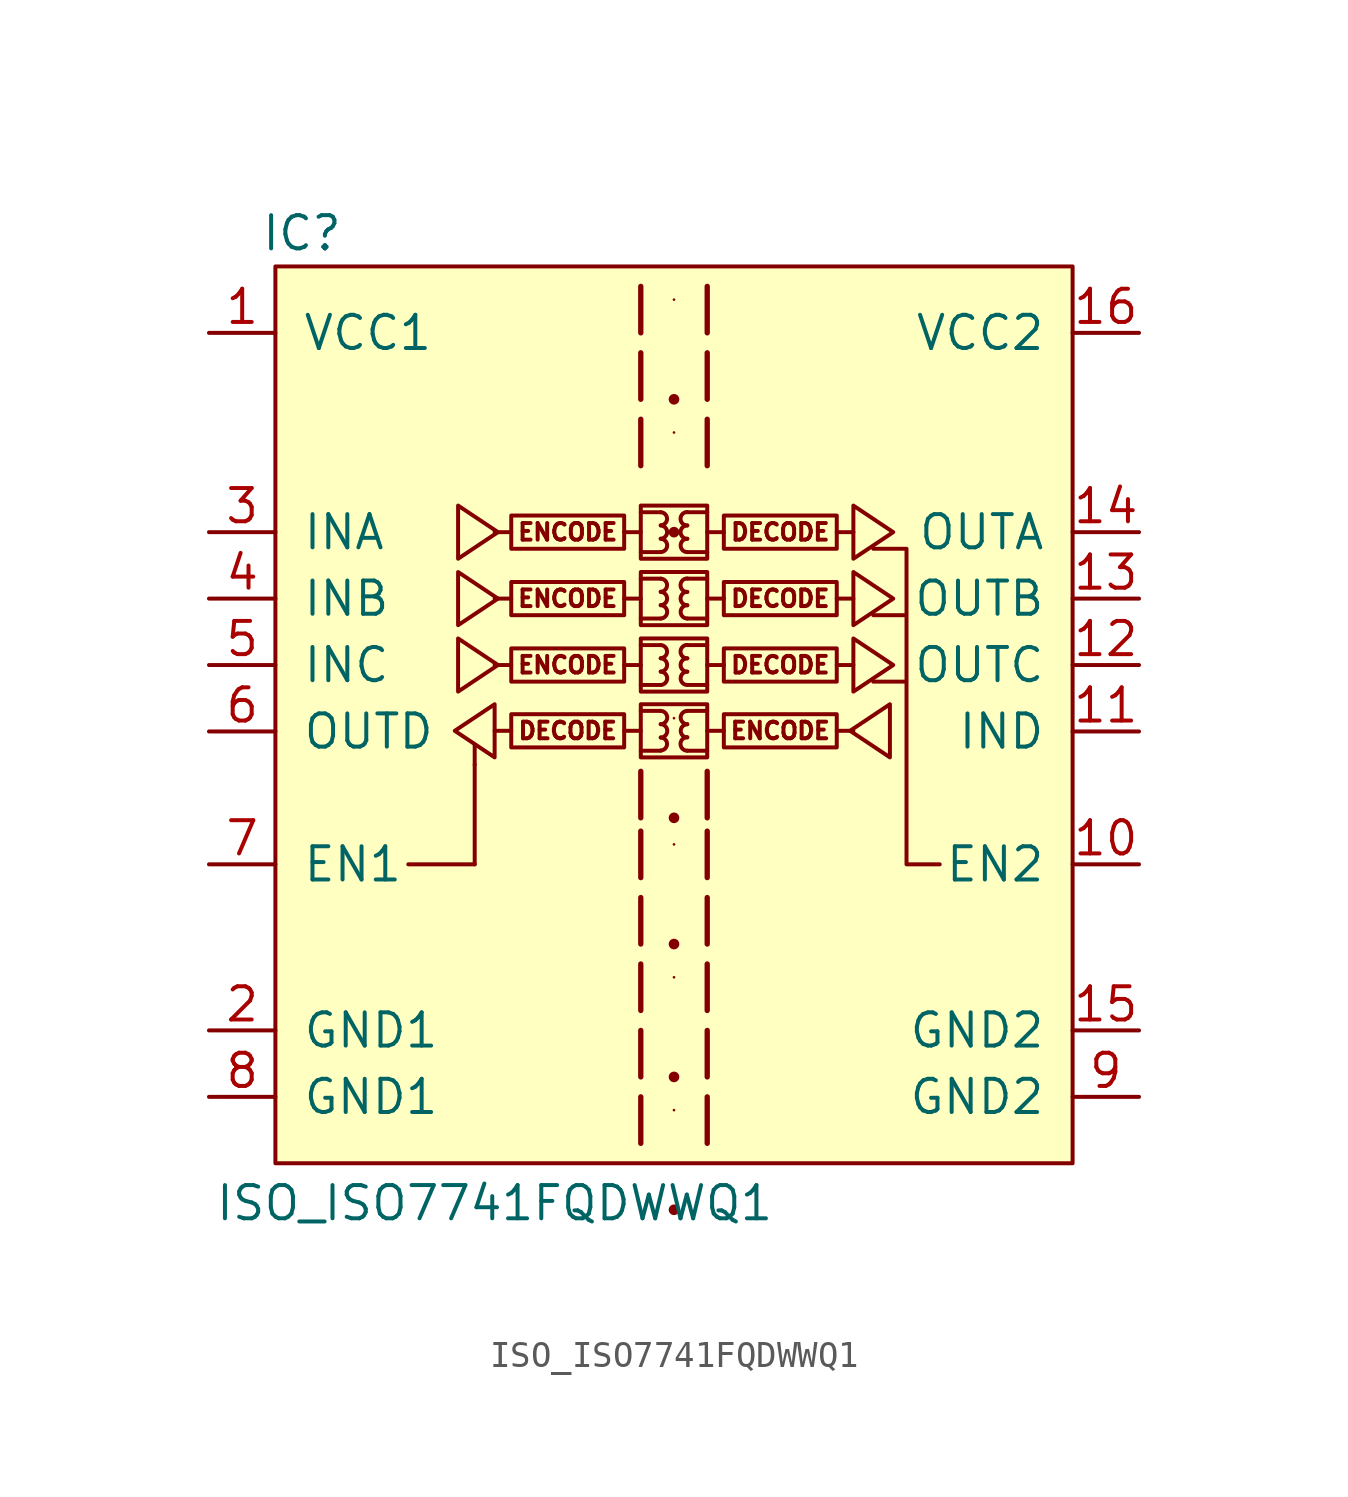
<source format=kicad_sym>
(kicad_symbol_lib
  (version 20220914)
  (generator kicad_symbol_editor)
  (symbol "ISO_ISO7741FQDWWQ1"
    (pin_names
      (offset 1.016))
    (property "Reference" "IC"
      (at -14.224 15.24 0)
      (effects (font (size 1.27 1.27))))
    (property "Value" "ISO_ISO7741FQDWWQ1"
      (at -6.858 -21.844 0)
      (effects (font (size 1.27 1.27))))
    (symbol "ISO_ISO7741FQDWWQ1_0_1"
      (rectangle (start -15.24 13.97) (end 15.24 -20.32) (stroke (width 0) (type default)) (fill (type background)))
      (rectangle (start -10.16 -8.89) (end -7.62 -8.89) (stroke (width 0) (type default)) (fill (type none)))
      (rectangle (start -7.62 -8.89) (end -7.62 -5.08) (stroke (width 0) (type default)) (fill (type none)))
      (rectangle (start -7.62 -5.08) (end -7.62 -4.318) (stroke (width 0) (type default)) (fill (type none)))
      (polyline (pts (xy 10.16 -8.89) (xy 8.89 -8.89) (xy 8.89 -1.905) (xy 7.62 -1.905) (xy 8.89 -1.905) (xy 8.89 0.635) (xy 7.62 0.635) (xy 8.89 0.635) (xy 8.89 3.175) (xy 7.62 3.175)) (stroke (width 0) (type default)) (fill (type none))))
    (symbol "ISO_ISO7741FQDWWQ1_1_1"
      (rectangle (start -1.905 -3.15) (end -6.223 -4.42) (stroke (width 0) (type default)) (fill (type none)))
      (rectangle (start -1.905 -0.635) (end -6.223 -1.905) (stroke (width 0) (type default)) (fill (type none)))
      (rectangle (start -1.905 1.905) (end -6.223 0.635) (stroke (width 0) (type default)) (fill (type none)))
      (rectangle (start -1.905 4.445) (end -6.223 3.175) (stroke (width 0) (type default)) (fill (type none)))
      (rectangle (start -1.27 -0.254) (end 1.27 -2.286) (stroke (width 0) (type default)) (fill (type none)))
      (rectangle (start -1.27 2.286) (end 1.27 0.254) (stroke (width 0) (type default)) (fill (type none)))
      (rectangle (start -1.27 4.826) (end 1.27 2.794) (stroke (width 0) (type default)) (fill (type none)))
      (arc (start -0.508 -4.5466) (mid -0.2551 -4.2926) (end -0.508 -4.0386) (stroke (width 0) (type default)) (fill (type none)))
      (arc (start -0.508 -4.0386) (mid -0.2551 -3.7846) (end -0.508 -3.5306) (stroke (width 0) (type default)) (fill (type none)))
      (arc (start -0.508 -3.5306) (mid -0.2551 -3.2766) (end -0.508 -3.0226) (stroke (width 0) (type default)) (fill (type none)))
      (arc (start -0.508 -2.032) (mid -0.2551 -1.778) (end -0.508 -1.524) (stroke (width 0) (type default)) (fill (type none)))
      (arc (start -0.508 -1.524) (mid -0.2551 -1.27) (end -0.508 -1.016) (stroke (width 0) (type default)) (fill (type none)))
      (arc (start -0.508 -1.016) (mid -0.2551 -0.762) (end -0.508 -0.508) (stroke (width 0) (type default)) (fill (type none)))
      (arc (start -0.508 0.508) (mid -0.2551 0.762) (end -0.508 1.016) (stroke (width 0) (type default)) (fill (type none)))
      (arc (start -0.508 1.016) (mid -0.2551 1.27) (end -0.508 1.524) (stroke (width 0) (type default)) (fill (type none)))
      (arc (start -0.508 1.524) (mid -0.2551 1.778) (end -0.508 2.032) (stroke (width 0) (type default)) (fill (type none)))
      (arc (start -0.508 3.048) (mid -0.2551 3.302) (end -0.508 3.556) (stroke (width 0) (type default)) (fill (type none)))
      (arc (start -0.508 3.556) (mid -0.2551 3.81) (end -0.508 4.064) (stroke (width 0) (type default)) (fill (type none)))
      (arc (start -0.508 4.064) (mid -0.2551 4.318) (end -0.508 4.572) (stroke (width 0) (type default)) (fill (type none)))
      (polyline (pts (xy -6.223 -3.785) (xy -6.858 -3.785)) (stroke (width 0) (type default)) (fill (type none)))
      (polyline (pts (xy -6.223 -1.27) (xy -6.858 -1.27)) (stroke (width 0) (type default)) (fill (type none)))
      (polyline (pts (xy -6.223 1.27) (xy -6.858 1.27)) (stroke (width 0) (type default)) (fill (type none)))
      (polyline (pts (xy -6.223 3.81) (xy -6.858 3.81)) (stroke (width 0) (type default)) (fill (type none)))
      (polyline (pts (xy -1.905 -3.785) (xy -1.27 -3.785)) (stroke (width 0) (type default)) (fill (type none)))
      (polyline (pts (xy -1.905 -1.27) (xy -1.27 -1.27)) (stroke (width 0) (type default)) (fill (type none)))
      (polyline (pts (xy -1.905 1.27) (xy -1.27 1.27)) (stroke (width 0) (type default)) (fill (type none)))
      (polyline (pts (xy -1.905 3.81) (xy -1.27 3.81)) (stroke (width 0) (type default)) (fill (type none)))
      (polyline (pts (xy -1.27 -4.547) (xy -0.508 -4.547)) (stroke (width 0) (type default)) (fill (type none)))
      (polyline (pts (xy -1.27 -3.023) (xy -0.508 -3.023)) (stroke (width 0) (type default)) (fill (type none)))
      (polyline (pts (xy -1.27 -2.032) (xy -0.508 -2.032)) (stroke (width 0) (type default)) (fill (type none)))
      (polyline (pts (xy -1.27 -0.508) (xy -0.508 -0.508)) (stroke (width 0) (type default)) (fill (type none)))
      (polyline (pts (xy -1.27 0.508) (xy -0.508 0.508)) (stroke (width 0) (type default)) (fill (type none)))
      (polyline (pts (xy -1.27 2.032) (xy -0.508 2.032)) (stroke (width 0) (type default)) (fill (type none)))
      (polyline (pts (xy -1.27 3.048) (xy -0.508 3.048)) (stroke (width 0) (type default)) (fill (type none)))
      (polyline (pts (xy -1.27 4.572) (xy -0.508 4.572)) (stroke (width 0) (type default)) (fill (type none)))
      (polyline (pts (xy 0 -22.098) (xy 0 -22.098)) (stroke (width 0.406) (type default)) (fill (type none)))
      (polyline (pts (xy 0 -18.288) (xy 0 -18.288)) (stroke (width 0.102) (type default)) (fill (type none)))
      (polyline (pts (xy 0 -17.018) (xy 0 -17.018)) (stroke (width 0.406) (type default)) (fill (type none)))
      (polyline (pts (xy 0 -13.208) (xy 0 -13.208)) (stroke (width 0.102) (type default)) (fill (type none)))
      (polyline (pts (xy 0 -11.938) (xy 0 -11.938)) (stroke (width 0.406) (type default)) (fill (type none)))
      (polyline (pts (xy 0 -8.128) (xy 0 -8.128)) (stroke (width 0.102) (type default)) (fill (type none)))
      (polyline (pts (xy 0 -7.112) (xy 0 -7.112)) (stroke (width 0.406) (type default)) (fill (type none)))
      (polyline (pts (xy 0 -3.302) (xy 0 -3.302)) (stroke (width 0.102) (type default)) (fill (type none)))
      (polyline (pts (xy 0 3.81) (xy 0 3.81)) (stroke (width 0.406) (type default)) (fill (type none)))
      (polyline (pts (xy 0 7.62) (xy 0 7.62)) (stroke (width 0.102) (type default)) (fill (type none)))
      (polyline (pts (xy 0 8.89) (xy 0 8.89)) (stroke (width 0.406) (type default)) (fill (type none)))
      (polyline (pts (xy 0 12.7) (xy 0 12.7)) (stroke (width 0.102) (type default)) (fill (type none)))
      (polyline (pts (xy 1.27 -4.547) (xy 0.508 -4.547)) (stroke (width 0) (type default)) (fill (type none)))
      (polyline (pts (xy 1.27 -3.023) (xy 0.508 -3.023)) (stroke (width 0) (type default)) (fill (type none)))
      (polyline (pts (xy 1.27 -2.032) (xy 0.508 -2.032)) (stroke (width 0) (type default)) (fill (type none)))
      (polyline (pts (xy 1.27 -0.508) (xy 0.508 -0.508)) (stroke (width 0) (type default)) (fill (type none)))
      (polyline (pts (xy 1.27 0.508) (xy 0.508 0.508)) (stroke (width 0) (type default)) (fill (type none)))
      (polyline (pts (xy 1.27 2.032) (xy 0.508 2.032)) (stroke (width 0) (type default)) (fill (type none)))
      (polyline (pts (xy 1.27 3.048) (xy 0.508 3.048)) (stroke (width 0) (type default)) (fill (type none)))
      (polyline (pts (xy 1.27 4.572) (xy 0.508 4.572)) (stroke (width 0) (type default)) (fill (type none)))
      (polyline (pts (xy 1.905 -3.785) (xy 1.27 -3.785)) (stroke (width 0) (type default)) (fill (type none)))
      (polyline (pts (xy 1.905 -1.27) (xy 1.27 -1.27)) (stroke (width 0) (type default)) (fill (type none)))
      (polyline (pts (xy 1.905 1.27) (xy 1.27 1.27)) (stroke (width 0) (type default)) (fill (type none)))
      (polyline (pts (xy 1.905 3.81) (xy 1.27 3.81)) (stroke (width 0) (type default)) (fill (type none)))
      (polyline (pts (xy 6.223 -3.785) (xy 6.858 -3.785)) (stroke (width 0) (type default)) (fill (type none)))
      (polyline (pts (xy 6.223 -1.27) (xy 6.858 -1.27)) (stroke (width 0) (type default)) (fill (type none)))
      (polyline (pts (xy 6.223 1.27) (xy 6.858 1.27)) (stroke (width 0) (type default)) (fill (type none)))
      (polyline (pts (xy 6.223 3.81) (xy 6.858 3.81)) (stroke (width 0) (type default)) (fill (type none)))
      (polyline (pts (xy -1.27 -17.78) (xy -1.27 -19.304) (xy -1.27 -19.558)) (stroke (width 0.203) (type default)) (fill (type none)))
      (polyline (pts (xy -1.27 -15.24) (xy -1.27 -16.764) (xy -1.27 -17.018)) (stroke (width 0.203) (type default)) (fill (type none)))
      (polyline (pts (xy -1.27 -12.7) (xy -1.27 -14.224) (xy -1.27 -14.478)) (stroke (width 0.203) (type default)) (fill (type none)))
      (polyline (pts (xy -1.27 -10.16) (xy -1.27 -11.684) (xy -1.27 -11.938)) (stroke (width 0.203) (type default)) (fill (type none)))
      (polyline (pts (xy -1.27 -7.62) (xy -1.27 -9.144) (xy -1.27 -9.398)) (stroke (width 0.203) (type default)) (fill (type none)))
      (polyline (pts (xy -1.27 -5.334) (xy -1.27 -6.858) (xy -1.27 -7.112)) (stroke (width 0.203) (type default)) (fill (type none)))
      (polyline (pts (xy -1.27 8.128) (xy -1.27 6.604) (xy -1.27 6.35)) (stroke (width 0.203) (type default)) (fill (type none)))
      (polyline (pts (xy -1.27 10.668) (xy -1.27 9.144) (xy -1.27 8.89)) (stroke (width 0.203) (type default)) (fill (type none)))
      (polyline (pts (xy -1.27 13.208) (xy -1.27 11.684) (xy -1.27 11.43)) (stroke (width 0.203) (type default)) (fill (type none)))
      (polyline (pts (xy 1.27 -17.78) (xy 1.27 -19.304) (xy 1.27 -19.558)) (stroke (width 0.203) (type default)) (fill (type none)))
      (polyline (pts (xy 1.27 -15.24) (xy 1.27 -16.764) (xy 1.27 -17.018)) (stroke (width 0.203) (type default)) (fill (type none)))
      (polyline (pts (xy 1.27 -12.7) (xy 1.27 -14.224) (xy 1.27 -14.478)) (stroke (width 0.203) (type default)) (fill (type none)))
      (polyline (pts (xy 1.27 -10.16) (xy 1.27 -11.684) (xy 1.27 -11.938)) (stroke (width 0.203) (type default)) (fill (type none)))
      (polyline (pts (xy 1.27 -7.62) (xy 1.27 -9.144) (xy 1.27 -9.398)) (stroke (width 0.203) (type default)) (fill (type none)))
      (polyline (pts (xy 1.27 -5.334) (xy 1.27 -6.858) (xy 1.27 -7.112)) (stroke (width 0.203) (type default)) (fill (type none)))
      (polyline (pts (xy 1.27 8.128) (xy 1.27 6.604) (xy 1.27 6.35)) (stroke (width 0.203) (type default)) (fill (type none)))
      (polyline (pts (xy 1.27 10.668) (xy 1.27 9.144) (xy 1.27 8.89)) (stroke (width 0.203) (type default)) (fill (type none)))
      (polyline (pts (xy 1.27 13.208) (xy 1.27 11.684) (xy 1.27 11.43)) (stroke (width 0.203) (type default)) (fill (type none)))
      (polyline (pts (xy -8.382 -3.785) (xy -6.858 -2.769) (xy -6.858 -4.801) (xy -8.382 -3.785)) (stroke (width 0) (type default)) (fill (type none)))
      (polyline (pts (xy -6.731 -1.27) (xy -8.255 -0.254) (xy -8.255 -2.286) (xy -6.731 -1.27)) (stroke (width 0) (type default)) (fill (type none)))
      (polyline (pts (xy -6.731 1.27) (xy -8.255 2.286) (xy -8.255 0.254) (xy -6.731 1.27)) (stroke (width 0) (type default)) (fill (type none)))
      (polyline (pts (xy -6.731 3.81) (xy -8.255 4.826) (xy -8.255 2.794) (xy -6.731 3.81)) (stroke (width 0) (type default)) (fill (type none)))
      (polyline (pts (xy 6.731 -3.785) (xy 8.255 -2.769) (xy 8.255 -4.801) (xy 6.731 -3.785)) (stroke (width 0) (type default)) (fill (type none)))
      (polyline (pts (xy 8.382 -1.27) (xy 6.858 -0.254) (xy 6.858 -2.286) (xy 8.382 -1.27)) (stroke (width 0) (type default)) (fill (type none)))
      (polyline (pts (xy 8.382 1.27) (xy 6.858 2.286) (xy 6.858 0.254) (xy 8.382 1.27)) (stroke (width 0) (type default)) (fill (type none)))
      (polyline (pts (xy 8.382 3.81) (xy 6.858 4.826) (xy 6.858 2.794) (xy 8.382 3.81)) (stroke (width 0) (type default)) (fill (type none)))
      (arc (start 0.508 -4.0386) (mid 0.2551 -4.2926) (end 0.508 -4.5466) (stroke (width 0) (type default)) (fill (type none)))
      (arc (start 0.508 -3.5306) (mid 0.2551 -3.7846) (end 0.508 -4.0386) (stroke (width 0) (type default)) (fill (type none)))
      (arc (start 0.508 -3.0226) (mid 0.2551 -3.2766) (end 0.508 -3.5306) (stroke (width 0) (type default)) (fill (type none)))
      (arc (start 0.508 -1.524) (mid 0.2551 -1.778) (end 0.508 -2.032) (stroke (width 0) (type default)) (fill (type none)))
      (arc (start 0.508 -1.016) (mid 0.2551 -1.27) (end 0.508 -1.524) (stroke (width 0) (type default)) (fill (type none)))
      (arc (start 0.508 -0.508) (mid 0.2551 -0.762) (end 0.508 -1.016) (stroke (width 0) (type default)) (fill (type none)))
      (arc (start 0.508 1.016) (mid 0.2551 0.762) (end 0.508 0.508) (stroke (width 0) (type default)) (fill (type none)))
      (arc (start 0.508 1.524) (mid 0.2551 1.27) (end 0.508 1.016) (stroke (width 0) (type default)) (fill (type none)))
      (arc (start 0.508 2.032) (mid 0.2551 1.778) (end 0.508 1.524) (stroke (width 0) (type default)) (fill (type none)))
      (arc (start 0.508 3.556) (mid 0.2551 3.302) (end 0.508 3.048) (stroke (width 0) (type default)) (fill (type none)))
      (arc (start 0.508 4.064) (mid 0.2551 3.81) (end 0.508 3.556) (stroke (width 0) (type default)) (fill (type none)))
      (arc (start 0.508 4.572) (mid 0.2551 4.318) (end 0.508 4.064) (stroke (width 0) (type default)) (fill (type none)))
      (rectangle (start 1.27 -2.769) (end -1.27 -4.801) (stroke (width 0) (type default)) (fill (type none)))
      (rectangle (start 1.905 -3.15) (end 6.223 -4.42) (stroke (width 0) (type default)) (fill (type none)))
      (rectangle (start 1.905 -0.635) (end 6.223 -1.905) (stroke (width 0) (type default)) (fill (type none)))
      (rectangle (start 1.905 1.905) (end 6.223 0.635) (stroke (width 0) (type default)) (fill (type none)))
      (rectangle (start 1.905 4.445) (end 6.223 3.175) (stroke (width 0) (type default)) (fill (type none)))
      (text "DECODE" (at -4.064 -3.785 0) (effects (font (size 0.635 0.635))))
      (text "DECODE" (at 4.064 -1.27 0) (effects (font (size 0.635 0.635))))
      (text "DECODE" (at 4.064 1.27 0) (effects (font (size 0.635 0.635))))
      (text "DECODE" (at 4.064 3.81 0) (effects (font (size 0.635 0.635))))
      (text "ENCODE" (at -4.064 -1.27 0) (effects (font (size 0.635 0.635))))
      (text "ENCODE" (at -4.064 1.27 0) (effects (font (size 0.635 0.635))))
      (text "ENCODE" (at -4.064 3.81 0) (effects (font (size 0.635 0.635))))
      (text "ENCODE" (at 4.064 -3.785 0) (effects (font (size 0.635 0.635))))
      (pin power_in line (at -17.78 11.43 0) (length 2.54) (name "VCC1" (effects (font (size 1.27 1.27)))) (number "1" (effects (font (size 1.27 1.27)))))
      (pin passive line (at 17.78 -8.89 180) (length 2.54) (name "EN2" (effects (font (size 1.27 1.27)))) (number "10" (effects (font (size 1.27 1.27)))))
      (pin input line (at 17.78 -3.81 180) (length 2.54) (name "IND" (effects (font (size 1.27 1.27)))) (number "11" (effects (font (size 1.27 1.27)))))
      (pin output line (at 17.78 -1.27 180) (length 2.54) (name "OUTC" (effects (font (size 1.27 1.27)))) (number "12" (effects (font (size 1.27 1.27)))))
      (pin output line (at 17.78 1.27 180) (length 2.54) (name "OUTB" (effects (font (size 1.27 1.27)))) (number "13" (effects (font (size 1.27 1.27)))))
      (pin output line (at 17.78 3.81 180) (length 2.54) (name "OUTA" (effects (font (size 1.27 1.27)))) (number "14" (effects (font (size 1.27 1.27)))))
      (pin power_in line (at 17.78 -15.24 180) (length 2.54) (name "GND2" (effects (font (size 1.27 1.27)))) (number "15" (effects (font (size 1.27 1.27)))))
      (pin power_in line (at 17.78 11.43 180) (length 2.54) (name "VCC2" (effects (font (size 1.27 1.27)))) (number "16" (effects (font (size 1.27 1.27)))))
      (pin power_in line (at -17.78 -15.24 0) (length 2.54) (name "GND1" (effects (font (size 1.27 1.27)))) (number "2" (effects (font (size 1.27 1.27)))))
      (pin input line (at -17.78 3.81 0) (length 2.54) (name "INA" (effects (font (size 1.27 1.27)))) (number "3" (effects (font (size 1.27 1.27)))))
      (pin input line (at -17.78 1.27 0) (length 2.54) (name "INB" (effects (font (size 1.27 1.27)))) (number "4" (effects (font (size 1.27 1.27)))))
      (pin input line (at -17.78 -1.27 0) (length 2.54) (name "INC" (effects (font (size 1.27 1.27)))) (number "5" (effects (font (size 1.27 1.27)))))
      (pin output line (at -17.78 -3.81 0) (length 2.54) (name "OUTD" (effects (font (size 1.27 1.27)))) (number "6" (effects (font (size 1.27 1.27)))))
      (pin passive line (at -17.78 -8.89 0) (length 2.54) (name "EN1" (effects (font (size 1.27 1.27)))) (number "7" (effects (font (size 1.27 1.27)))))
      (pin power_in line (at -17.78 -17.78 0) (length 2.54) (name "GND1" (effects (font (size 1.27 1.27)))) (number "8" (effects (font (size 1.27 1.27)))))
      (pin power_in line (at 17.78 -17.78 180) (length 2.54) (name "GND2" (effects (font (size 1.27 1.27)))) (number "9" (effects (font (size 1.27 1.27))))))))
</source>
